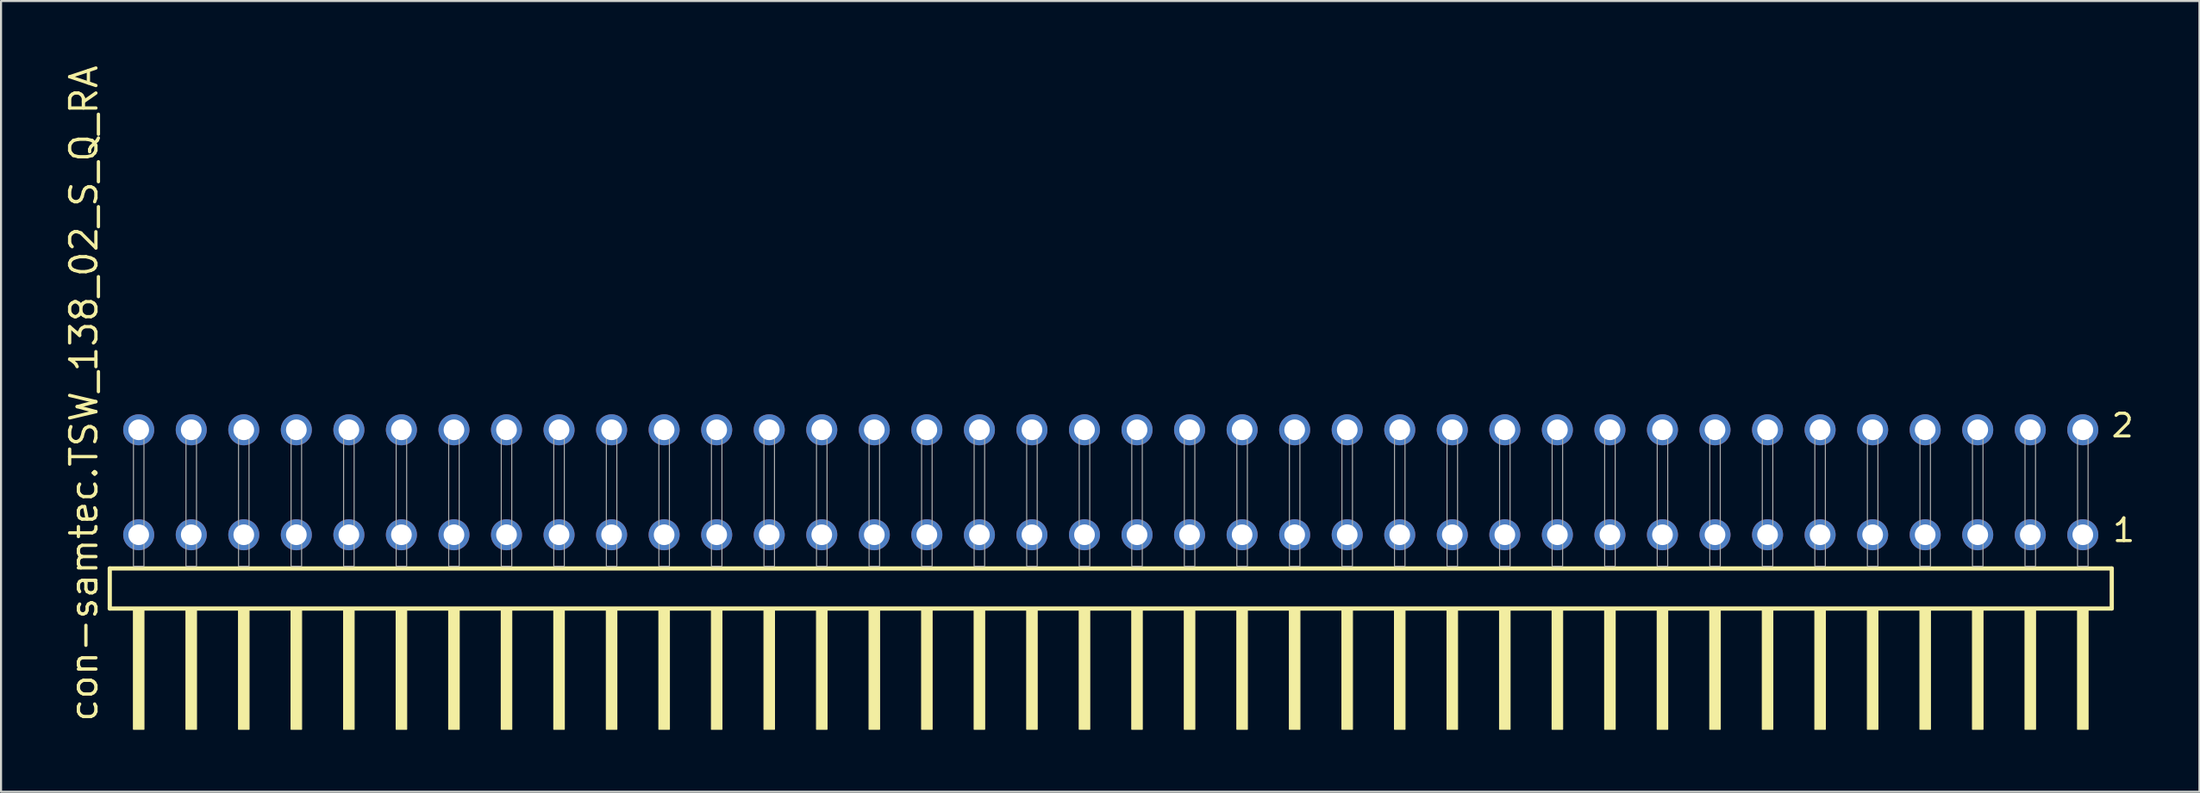
<source format=kicad_pcb>
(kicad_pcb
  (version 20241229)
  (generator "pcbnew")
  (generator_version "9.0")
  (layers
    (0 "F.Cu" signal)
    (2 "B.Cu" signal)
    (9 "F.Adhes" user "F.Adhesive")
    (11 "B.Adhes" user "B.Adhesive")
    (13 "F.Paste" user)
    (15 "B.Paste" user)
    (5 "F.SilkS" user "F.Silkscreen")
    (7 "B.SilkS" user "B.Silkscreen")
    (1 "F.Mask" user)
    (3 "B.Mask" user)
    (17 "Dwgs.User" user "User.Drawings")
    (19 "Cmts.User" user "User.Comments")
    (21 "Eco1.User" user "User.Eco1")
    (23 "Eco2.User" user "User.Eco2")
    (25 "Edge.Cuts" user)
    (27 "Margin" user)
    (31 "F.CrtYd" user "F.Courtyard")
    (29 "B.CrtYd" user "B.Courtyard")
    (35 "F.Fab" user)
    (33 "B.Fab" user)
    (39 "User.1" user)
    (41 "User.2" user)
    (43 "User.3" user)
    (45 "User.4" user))
  (footprint "con-samtec.TSW_138_02_S_Q_RA"
    (layer "F.Cu")
    (at 50.645 24.356)
    (property "Reference" "con-samtec.TSW_138_02_S_Q_RA" (at -48.895 7.62 90) (layer "F.SilkS") (effects (font (size 1.27 1.27) (thickness 0.16)) (justify left bottom)))
    (attr through_hole)
    (fp_line (start -48.389 0.106) (end -48.389 2.046) (stroke (width 0.203) (type default)) (layer "F.SilkS"))
    (fp_line (start -48.389 2.046) (end 48.389 2.046) (stroke (width 0.203) (type default)) (layer "F.SilkS"))
    (fp_line (start 48.389 0.106) (end -48.389 0.106) (stroke (width 0.203) (type default)) (layer "F.SilkS"))
    (fp_line (start 48.389 2.046) (end 48.389 0.106) (stroke (width 0.203) (type default)) (layer "F.SilkS"))
    (fp_rect (start -47.244 7.89) (end -46.736 2.04) (stroke (width 0.05) (type default)) (fill yes) (layer "F.SilkS"))
    (fp_rect (start -44.704 7.89) (end -44.196 2.04) (stroke (width 0.05) (type default)) (fill yes) (layer "F.SilkS"))
    (fp_rect (start -42.164 7.89) (end -41.656 2.04) (stroke (width 0.05) (type default)) (fill yes) (layer "F.SilkS"))
    (fp_rect (start -39.624 7.89) (end -39.116 2.04) (stroke (width 0.05) (type default)) (fill yes) (layer "F.SilkS"))
    (fp_rect (start -37.084 7.89) (end -36.576 2.04) (stroke (width 0.05) (type default)) (fill yes) (layer "F.SilkS"))
    (fp_rect (start -34.544 7.89) (end -34.036 2.04) (stroke (width 0.05) (type default)) (fill yes) (layer "F.SilkS"))
    (fp_rect (start -32.004 7.89) (end -31.496 2.04) (stroke (width 0.05) (type default)) (fill yes) (layer "F.SilkS"))
    (fp_rect (start -29.464 7.89) (end -28.956 2.04) (stroke (width 0.05) (type default)) (fill yes) (layer "F.SilkS"))
    (fp_rect (start -26.924 7.89) (end -26.416 2.04) (stroke (width 0.05) (type default)) (fill yes) (layer "F.SilkS"))
    (fp_rect (start -24.384 7.89) (end -23.876 2.04) (stroke (width 0.05) (type default)) (fill yes) (layer "F.SilkS"))
    (fp_rect (start -21.844 7.89) (end -21.336 2.04) (stroke (width 0.05) (type default)) (fill yes) (layer "F.SilkS"))
    (fp_rect (start -19.304 7.89) (end -18.796 2.04) (stroke (width 0.05) (type default)) (fill yes) (layer "F.SilkS"))
    (fp_rect (start -16.764 7.89) (end -16.256 2.04) (stroke (width 0.05) (type default)) (fill yes) (layer "F.SilkS"))
    (fp_rect (start -14.224 7.89) (end -13.716 2.04) (stroke (width 0.05) (type default)) (fill yes) (layer "F.SilkS"))
    (fp_rect (start -11.684 7.89) (end -11.176 2.04) (stroke (width 0.05) (type default)) (fill yes) (layer "F.SilkS"))
    (fp_rect (start -9.144 7.89) (end -8.636 2.04) (stroke (width 0.05) (type default)) (fill yes) (layer "F.SilkS"))
    (fp_rect (start -6.604 7.89) (end -6.096 2.04) (stroke (width 0.05) (type default)) (fill yes) (layer "F.SilkS"))
    (fp_rect (start -4.064 7.89) (end -3.556 2.04) (stroke (width 0.05) (type default)) (fill yes) (layer "F.SilkS"))
    (fp_rect (start -1.524 7.89) (end -1.016 2.04) (stroke (width 0.05) (type default)) (fill yes) (layer "F.SilkS"))
    (fp_rect (start 1.016 7.89) (end 1.524 2.04) (stroke (width 0.05) (type default)) (fill yes) (layer "F.SilkS"))
    (fp_rect (start 3.556 7.89) (end 4.064 2.04) (stroke (width 0.05) (type default)) (fill yes) (layer "F.SilkS"))
    (fp_rect (start 6.096 7.89) (end 6.604 2.04) (stroke (width 0.05) (type default)) (fill yes) (layer "F.SilkS"))
    (fp_rect (start 8.636 7.89) (end 9.144 2.04) (stroke (width 0.05) (type default)) (fill yes) (layer "F.SilkS"))
    (fp_rect (start 11.176 7.89) (end 11.684 2.04) (stroke (width 0.05) (type default)) (fill yes) (layer "F.SilkS"))
    (fp_rect (start 13.716 7.89) (end 14.224 2.04) (stroke (width 0.05) (type default)) (fill yes) (layer "F.SilkS"))
    (fp_rect (start 16.256 7.89) (end 16.764 2.04) (stroke (width 0.05) (type default)) (fill yes) (layer "F.SilkS"))
    (fp_rect (start 18.796 7.89) (end 19.304 2.04) (stroke (width 0.05) (type default)) (fill yes) (layer "F.SilkS"))
    (fp_rect (start 21.336 7.89) (end 21.844 2.04) (stroke (width 0.05) (type default)) (fill yes) (layer "F.SilkS"))
    (fp_rect (start 23.876 7.89) (end 24.384 2.04) (stroke (width 0.05) (type default)) (fill yes) (layer "F.SilkS"))
    (fp_rect (start 26.416 7.89) (end 26.924 2.04) (stroke (width 0.05) (type default)) (fill yes) (layer "F.SilkS"))
    (fp_rect (start 28.956 7.89) (end 29.464 2.04) (stroke (width 0.05) (type default)) (fill yes) (layer "F.SilkS"))
    (fp_rect (start 31.496 7.89) (end 32.004 2.04) (stroke (width 0.05) (type default)) (fill yes) (layer "F.SilkS"))
    (fp_rect (start 34.036 7.89) (end 34.544 2.04) (stroke (width 0.05) (type default)) (fill yes) (layer "F.SilkS"))
    (fp_rect (start 36.576 7.89) (end 37.084 2.04) (stroke (width 0.05) (type default)) (fill yes) (layer "F.SilkS"))
    (fp_rect (start 39.116 7.89) (end 39.624 2.04) (stroke (width 0.05) (type default)) (fill yes) (layer "F.SilkS"))
    (fp_rect (start 41.656 7.89) (end 42.164 2.04) (stroke (width 0.05) (type default)) (fill yes) (layer "F.SilkS"))
    (fp_rect (start 44.196 7.89) (end 44.704 2.04) (stroke (width 0.05) (type default)) (fill yes) (layer "F.SilkS"))
    (fp_rect (start 46.736 7.89) (end 47.244 2.04) (stroke (width 0.05) (type default)) (fill yes) (layer "F.SilkS"))
    (fp_rect (start -47.244 0) (end -46.736 -6.858) (stroke (width 0.05) (type default)) (fill no) (layer "F.Fab"))
    (fp_rect (start -44.704 0) (end -44.196 -6.858) (stroke (width 0.05) (type default)) (fill no) (layer "F.Fab"))
    (fp_rect (start -42.164 0) (end -41.656 -6.858) (stroke (width 0.05) (type default)) (fill no) (layer "F.Fab"))
    (fp_rect (start -39.624 0) (end -39.116 -6.858) (stroke (width 0.05) (type default)) (fill no) (layer "F.Fab"))
    (fp_rect (start -37.084 0) (end -36.576 -6.858) (stroke (width 0.05) (type default)) (fill no) (layer "F.Fab"))
    (fp_rect (start -34.544 0) (end -34.036 -6.858) (stroke (width 0.05) (type default)) (fill no) (layer "F.Fab"))
    (fp_rect (start -32.004 0) (end -31.496 -6.858) (stroke (width 0.05) (type default)) (fill no) (layer "F.Fab"))
    (fp_rect (start -29.464 0) (end -28.956 -6.858) (stroke (width 0.05) (type default)) (fill no) (layer "F.Fab"))
    (fp_rect (start -26.924 0) (end -26.416 -6.858) (stroke (width 0.05) (type default)) (fill no) (layer "F.Fab"))
    (fp_rect (start -24.384 0) (end -23.876 -6.858) (stroke (width 0.05) (type default)) (fill no) (layer "F.Fab"))
    (fp_rect (start -21.844 0) (end -21.336 -6.858) (stroke (width 0.05) (type default)) (fill no) (layer "F.Fab"))
    (fp_rect (start -19.304 0) (end -18.796 -6.858) (stroke (width 0.05) (type default)) (fill no) (layer "F.Fab"))
    (fp_rect (start -16.764 0) (end -16.256 -6.858) (stroke (width 0.05) (type default)) (fill no) (layer "F.Fab"))
    (fp_rect (start -14.224 0) (end -13.716 -6.858) (stroke (width 0.05) (type default)) (fill no) (layer "F.Fab"))
    (fp_rect (start -11.684 0) (end -11.176 -6.858) (stroke (width 0.05) (type default)) (fill no) (layer "F.Fab"))
    (fp_rect (start -9.144 0) (end -8.636 -6.858) (stroke (width 0.05) (type default)) (fill no) (layer "F.Fab"))
    (fp_rect (start -6.604 0) (end -6.096 -6.858) (stroke (width 0.05) (type default)) (fill no) (layer "F.Fab"))
    (fp_rect (start -4.064 0) (end -3.556 -6.858) (stroke (width 0.05) (type default)) (fill no) (layer "F.Fab"))
    (fp_rect (start -1.524 0) (end -1.016 -6.858) (stroke (width 0.05) (type default)) (fill no) (layer "F.Fab"))
    (fp_rect (start 1.016 0) (end 1.524 -6.858) (stroke (width 0.05) (type default)) (fill no) (layer "F.Fab"))
    (fp_rect (start 3.556 0) (end 4.064 -6.858) (stroke (width 0.05) (type default)) (fill no) (layer "F.Fab"))
    (fp_rect (start 6.096 0) (end 6.604 -6.858) (stroke (width 0.05) (type default)) (fill no) (layer "F.Fab"))
    (fp_rect (start 8.636 0) (end 9.144 -6.858) (stroke (width 0.05) (type default)) (fill no) (layer "F.Fab"))
    (fp_rect (start 11.176 0) (end 11.684 -6.858) (stroke (width 0.05) (type default)) (fill no) (layer "F.Fab"))
    (fp_rect (start 13.716 0) (end 14.224 -6.858) (stroke (width 0.05) (type default)) (fill no) (layer "F.Fab"))
    (fp_rect (start 16.256 0) (end 16.764 -6.858) (stroke (width 0.05) (type default)) (fill no) (layer "F.Fab"))
    (fp_rect (start 18.796 0) (end 19.304 -6.858) (stroke (width 0.05) (type default)) (fill no) (layer "F.Fab"))
    (fp_rect (start 21.336 0) (end 21.844 -6.858) (stroke (width 0.05) (type default)) (fill no) (layer "F.Fab"))
    (fp_rect (start 23.876 0) (end 24.384 -6.858) (stroke (width 0.05) (type default)) (fill no) (layer "F.Fab"))
    (fp_rect (start 26.416 0) (end 26.924 -6.858) (stroke (width 0.05) (type default)) (fill no) (layer "F.Fab"))
    (fp_rect (start 28.956 0) (end 29.464 -6.858) (stroke (width 0.05) (type default)) (fill no) (layer "F.Fab"))
    (fp_rect (start 31.496 0) (end 32.004 -6.858) (stroke (width 0.05) (type default)) (fill no) (layer "F.Fab"))
    (fp_rect (start 34.036 0) (end 34.544 -6.858) (stroke (width 0.05) (type default)) (fill no) (layer "F.Fab"))
    (fp_rect (start 36.576 0) (end 37.084 -6.858) (stroke (width 0.05) (type default)) (fill no) (layer "F.Fab"))
    (fp_rect (start 39.116 0) (end 39.624 -6.858) (stroke (width 0.05) (type default)) (fill no) (layer "F.Fab"))
    (fp_rect (start 41.656 0) (end 42.164 -6.858) (stroke (width 0.05) (type default)) (fill no) (layer "F.Fab"))
    (fp_rect (start 44.196 0) (end 44.704 -6.858) (stroke (width 0.05) (type default)) (fill no) (layer "F.Fab"))
    (fp_rect (start 46.736 0) (end 47.244 -6.858) (stroke (width 0.05) (type default)) (fill no) (layer "F.Fab"))
    (fp_text user "2" (at 48.29 -6.165 0) (layer "F.SilkS") (effects (font (size 1.1 1.1) (thickness 0.15)) (justify left bottom)))
    (fp_text user "1" (at 48.35 -1.1 0) (layer "F.SilkS") (effects (font (size 1.1 1.1) (thickness 0.15)) (justify left bottom)))
    (pad "1" thru_hole circle (at 46.99 -1.524 180) (size 1.5 1.5) (drill 1) (layers "*.Cu" "*.Mask"))
    (pad "2" thru_hole circle (at 46.99 -6.604 180) (size 1.5 1.5) (drill 1) (layers "*.Cu" "*.Mask"))
    (pad "3" thru_hole circle (at 44.45 -1.524 180) (size 1.5 1.5) (drill 1) (layers "*.Cu" "*.Mask"))
    (pad "4" thru_hole circle (at 44.45 -6.604 180) (size 1.5 1.5) (drill 1) (layers "*.Cu" "*.Mask"))
    (pad "5" thru_hole circle (at 41.91 -1.524 180) (size 1.5 1.5) (drill 1) (layers "*.Cu" "*.Mask"))
    (pad "6" thru_hole circle (at 41.91 -6.604 180) (size 1.5 1.5) (drill 1) (layers "*.Cu" "*.Mask"))
    (pad "7" thru_hole circle (at 39.37 -1.524 180) (size 1.5 1.5) (drill 1) (layers "*.Cu" "*.Mask"))
    (pad "8" thru_hole circle (at 39.37 -6.604 180) (size 1.5 1.5) (drill 1) (layers "*.Cu" "*.Mask"))
    (pad "9" thru_hole circle (at 36.83 -1.524 180) (size 1.5 1.5) (drill 1) (layers "*.Cu" "*.Mask"))
    (pad "10" thru_hole circle (at 36.83 -6.604 180) (size 1.5 1.5) (drill 1) (layers "*.Cu" "*.Mask"))
    (pad "11" thru_hole circle (at 34.29 -1.524 180) (size 1.5 1.5) (drill 1) (layers "*.Cu" "*.Mask"))
    (pad "12" thru_hole circle (at 34.29 -6.604 180) (size 1.5 1.5) (drill 1) (layers "*.Cu" "*.Mask"))
    (pad "13" thru_hole circle (at 31.75 -1.524 180) (size 1.5 1.5) (drill 1) (layers "*.Cu" "*.Mask"))
    (pad "14" thru_hole circle (at 31.75 -6.604 180) (size 1.5 1.5) (drill 1) (layers "*.Cu" "*.Mask"))
    (pad "15" thru_hole circle (at 29.21 -1.524 180) (size 1.5 1.5) (drill 1) (layers "*.Cu" "*.Mask"))
    (pad "16" thru_hole circle (at 29.21 -6.604 180) (size 1.5 1.5) (drill 1) (layers "*.Cu" "*.Mask"))
    (pad "17" thru_hole circle (at 26.67 -1.524 180) (size 1.5 1.5) (drill 1) (layers "*.Cu" "*.Mask"))
    (pad "18" thru_hole circle (at 26.67 -6.604 180) (size 1.5 1.5) (drill 1) (layers "*.Cu" "*.Mask"))
    (pad "19" thru_hole circle (at 24.13 -1.524 180) (size 1.5 1.5) (drill 1) (layers "*.Cu" "*.Mask"))
    (pad "20" thru_hole circle (at 24.13 -6.604 180) (size 1.5 1.5) (drill 1) (layers "*.Cu" "*.Mask"))
    (pad "21" thru_hole circle (at 21.59 -1.524 180) (size 1.5 1.5) (drill 1) (layers "*.Cu" "*.Mask"))
    (pad "22" thru_hole circle (at 21.59 -6.604 180) (size 1.5 1.5) (drill 1) (layers "*.Cu" "*.Mask"))
    (pad "23" thru_hole circle (at 19.05 -1.524 180) (size 1.5 1.5) (drill 1) (layers "*.Cu" "*.Mask"))
    (pad "24" thru_hole circle (at 19.05 -6.604 180) (size 1.5 1.5) (drill 1) (layers "*.Cu" "*.Mask"))
    (pad "25" thru_hole circle (at 16.51 -1.524 180) (size 1.5 1.5) (drill 1) (layers "*.Cu" "*.Mask"))
    (pad "26" thru_hole circle (at 16.51 -6.604 180) (size 1.5 1.5) (drill 1) (layers "*.Cu" "*.Mask"))
    (pad "27" thru_hole circle (at 13.97 -1.524 180) (size 1.5 1.5) (drill 1) (layers "*.Cu" "*.Mask"))
    (pad "28" thru_hole circle (at 13.97 -6.604 180) (size 1.5 1.5) (drill 1) (layers "*.Cu" "*.Mask"))
    (pad "29" thru_hole circle (at 11.43 -1.524 180) (size 1.5 1.5) (drill 1) (layers "*.Cu" "*.Mask"))
    (pad "30" thru_hole circle (at 11.43 -6.604 180) (size 1.5 1.5) (drill 1) (layers "*.Cu" "*.Mask"))
    (pad "31" thru_hole circle (at 8.89 -1.524 180) (size 1.5 1.5) (drill 1) (layers "*.Cu" "*.Mask"))
    (pad "32" thru_hole circle (at 8.89 -6.604 180) (size 1.5 1.5) (drill 1) (layers "*.Cu" "*.Mask"))
    (pad "33" thru_hole circle (at 6.35 -1.524 180) (size 1.5 1.5) (drill 1) (layers "*.Cu" "*.Mask"))
    (pad "34" thru_hole circle (at 6.35 -6.604 180) (size 1.5 1.5) (drill 1) (layers "*.Cu" "*.Mask"))
    (pad "35" thru_hole circle (at 3.81 -1.524 180) (size 1.5 1.5) (drill 1) (layers "*.Cu" "*.Mask"))
    (pad "36" thru_hole circle (at 3.81 -6.604 180) (size 1.5 1.5) (drill 1) (layers "*.Cu" "*.Mask"))
    (pad "37" thru_hole circle (at 1.27 -1.524 180) (size 1.5 1.5) (drill 1) (layers "*.Cu" "*.Mask"))
    (pad "38" thru_hole circle (at 1.27 -6.604 180) (size 1.5 1.5) (drill 1) (layers "*.Cu" "*.Mask"))
    (pad "39" thru_hole circle (at -1.27 -1.524 180) (size 1.5 1.5) (drill 1) (layers "*.Cu" "*.Mask"))
    (pad "40" thru_hole circle (at -1.27 -6.604 180) (size 1.5 1.5) (drill 1) (layers "*.Cu" "*.Mask"))
    (pad "41" thru_hole circle (at -3.81 -1.524 180) (size 1.5 1.5) (drill 1) (layers "*.Cu" "*.Mask"))
    (pad "42" thru_hole circle (at -3.81 -6.604 180) (size 1.5 1.5) (drill 1) (layers "*.Cu" "*.Mask"))
    (pad "43" thru_hole circle (at -6.35 -1.524 180) (size 1.5 1.5) (drill 1) (layers "*.Cu" "*.Mask"))
    (pad "44" thru_hole circle (at -6.35 -6.604 180) (size 1.5 1.5) (drill 1) (layers "*.Cu" "*.Mask"))
    (pad "45" thru_hole circle (at -8.89 -1.524 180) (size 1.5 1.5) (drill 1) (layers "*.Cu" "*.Mask"))
    (pad "46" thru_hole circle (at -8.89 -6.604 180) (size 1.5 1.5) (drill 1) (layers "*.Cu" "*.Mask"))
    (pad "47" thru_hole circle (at -11.43 -1.524 180) (size 1.5 1.5) (drill 1) (layers "*.Cu" "*.Mask"))
    (pad "48" thru_hole circle (at -11.43 -6.604 180) (size 1.5 1.5) (drill 1) (layers "*.Cu" "*.Mask"))
    (pad "49" thru_hole circle (at -13.97 -1.524 180) (size 1.5 1.5) (drill 1) (layers "*.Cu" "*.Mask"))
    (pad "50" thru_hole circle (at -13.97 -6.604 180) (size 1.5 1.5) (drill 1) (layers "*.Cu" "*.Mask"))
    (pad "51" thru_hole circle (at -16.51 -1.524 180) (size 1.5 1.5) (drill 1) (layers "*.Cu" "*.Mask"))
    (pad "52" thru_hole circle (at -16.51 -6.604 180) (size 1.5 1.5) (drill 1) (layers "*.Cu" "*.Mask"))
    (pad "53" thru_hole circle (at -19.05 -1.524 180) (size 1.5 1.5) (drill 1) (layers "*.Cu" "*.Mask"))
    (pad "54" thru_hole circle (at -19.05 -6.604 180) (size 1.5 1.5) (drill 1) (layers "*.Cu" "*.Mask"))
    (pad "55" thru_hole circle (at -21.59 -1.524 180) (size 1.5 1.5) (drill 1) (layers "*.Cu" "*.Mask"))
    (pad "56" thru_hole circle (at -21.59 -6.604 180) (size 1.5 1.5) (drill 1) (layers "*.Cu" "*.Mask"))
    (pad "57" thru_hole circle (at -24.13 -1.524 180) (size 1.5 1.5) (drill 1) (layers "*.Cu" "*.Mask"))
    (pad "58" thru_hole circle (at -24.13 -6.604 180) (size 1.5 1.5) (drill 1) (layers "*.Cu" "*.Mask"))
    (pad "59" thru_hole circle (at -26.67 -1.524 180) (size 1.5 1.5) (drill 1) (layers "*.Cu" "*.Mask"))
    (pad "60" thru_hole circle (at -26.67 -6.604 180) (size 1.5 1.5) (drill 1) (layers "*.Cu" "*.Mask"))
    (pad "61" thru_hole circle (at -29.21 -1.524 180) (size 1.5 1.5) (drill 1) (layers "*.Cu" "*.Mask"))
    (pad "62" thru_hole circle (at -29.21 -6.604 180) (size 1.5 1.5) (drill 1) (layers "*.Cu" "*.Mask"))
    (pad "63" thru_hole circle (at -31.75 -1.524 180) (size 1.5 1.5) (drill 1) (layers "*.Cu" "*.Mask"))
    (pad "64" thru_hole circle (at -31.75 -6.604 180) (size 1.5 1.5) (drill 1) (layers "*.Cu" "*.Mask"))
    (pad "65" thru_hole circle (at -34.29 -1.524 180) (size 1.5 1.5) (drill 1) (layers "*.Cu" "*.Mask"))
    (pad "66" thru_hole circle (at -34.29 -6.604 180) (size 1.5 1.5) (drill 1) (layers "*.Cu" "*.Mask"))
    (pad "67" thru_hole circle (at -36.83 -1.524 180) (size 1.5 1.5) (drill 1) (layers "*.Cu" "*.Mask"))
    (pad "68" thru_hole circle (at -36.83 -6.604 180) (size 1.5 1.5) (drill 1) (layers "*.Cu" "*.Mask"))
    (pad "69" thru_hole circle (at -39.37 -1.524 180) (size 1.5 1.5) (drill 1) (layers "*.Cu" "*.Mask"))
    (pad "70" thru_hole circle (at -39.37 -6.604 180) (size 1.5 1.5) (drill 1) (layers "*.Cu" "*.Mask"))
    (pad "71" thru_hole circle (at -41.91 -1.524 180) (size 1.5 1.5) (drill 1) (layers "*.Cu" "*.Mask"))
    (pad "72" thru_hole circle (at -41.91 -6.604 180) (size 1.5 1.5) (drill 1) (layers "*.Cu" "*.Mask"))
    (pad "73" thru_hole circle (at -44.45 -1.524 180) (size 1.5 1.5) (drill 1) (layers "*.Cu" "*.Mask"))
    (pad "74" thru_hole circle (at -44.45 -6.604 180) (size 1.5 1.5) (drill 1) (layers "*.Cu" "*.Mask"))
    (pad "75" thru_hole circle (at -46.99 -1.524 180) (size 1.5 1.5) (drill 1) (layers "*.Cu" "*.Mask"))
    (pad "76" thru_hole circle (at -46.99 -6.604 180) (size 1.5 1.5) (drill 1) (layers "*.Cu" "*.Mask")))
  (gr_rect
    (start -3 -3)
    (end 103.273 35.271)
    (stroke (width 0.1) (type default))
    (fill no)
    (layer "Edge.Cuts")))
</source>
